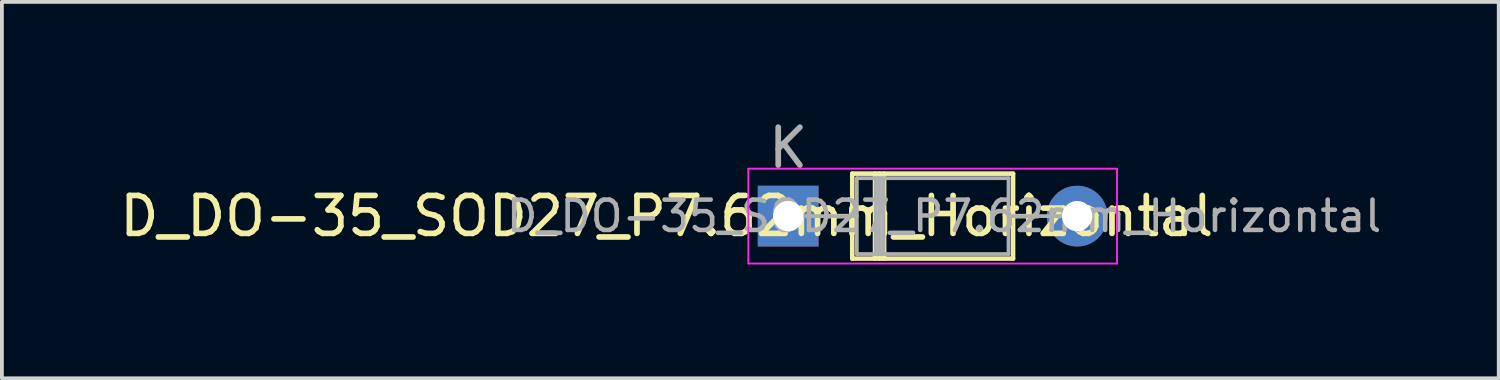
<source format=kicad_pcb>
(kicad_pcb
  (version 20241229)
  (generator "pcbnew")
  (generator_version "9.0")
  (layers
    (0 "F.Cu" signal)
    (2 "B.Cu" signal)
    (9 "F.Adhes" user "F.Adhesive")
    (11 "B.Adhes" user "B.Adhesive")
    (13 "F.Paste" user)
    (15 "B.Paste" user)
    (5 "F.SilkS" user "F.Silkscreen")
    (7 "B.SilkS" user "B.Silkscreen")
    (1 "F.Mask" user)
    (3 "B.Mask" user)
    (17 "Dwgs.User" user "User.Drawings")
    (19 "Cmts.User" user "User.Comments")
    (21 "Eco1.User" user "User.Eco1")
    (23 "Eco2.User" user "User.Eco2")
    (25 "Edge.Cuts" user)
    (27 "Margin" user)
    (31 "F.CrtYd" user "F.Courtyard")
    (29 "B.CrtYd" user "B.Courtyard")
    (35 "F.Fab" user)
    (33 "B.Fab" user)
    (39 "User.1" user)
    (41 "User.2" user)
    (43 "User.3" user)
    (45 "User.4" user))
  (footprint "D_DO-35_SOD27_P7.62mm_Horizontal"
    (layer "F.Cu")
    (at 17.73 2.648)
    (property "Reference" "D_DO-35_SOD27_P7.62mm_Horizontal" (at -3.2 0 0) (layer "F.SilkS") (effects (font (size 1 1) (thickness 0.15))))
    (attr through_hole)
    (fp_line (start 1.04 0) (end 1.69 0) (stroke (width 0.12) (type solid)) (layer "F.SilkS"))
    (fp_line (start 1.69 -1.12) (end 1.69 1.12) (stroke (width 0.12) (type solid)) (layer "F.SilkS"))
    (fp_line (start 1.69 1.12) (end 5.93 1.12) (stroke (width 0.12) (type solid)) (layer "F.SilkS"))
    (fp_line (start 2.29 -1.12) (end 2.29 1.12) (stroke (width 0.12) (type solid)) (layer "F.SilkS"))
    (fp_line (start 2.41 -1.12) (end 2.41 1.12) (stroke (width 0.12) (type solid)) (layer "F.SilkS"))
    (fp_line (start 2.53 -1.12) (end 2.53 1.12) (stroke (width 0.12) (type solid)) (layer "F.SilkS"))
    (fp_line (start 5.93 -1.12) (end 1.69 -1.12) (stroke (width 0.12) (type solid)) (layer "F.SilkS"))
    (fp_line (start 5.93 1.12) (end 5.93 -1.12) (stroke (width 0.12) (type solid)) (layer "F.SilkS"))
    (fp_line (start 6.58 0) (end 5.93 0) (stroke (width 0.12) (type solid)) (layer "F.SilkS"))
    (fp_line (start -1.05 -1.25) (end -1.05 1.25) (stroke (width 0.05) (type solid)) (layer "F.CrtYd"))
    (fp_line (start -1.05 1.25) (end 8.67 1.25) (stroke (width 0.05) (type solid)) (layer "F.CrtYd"))
    (fp_line (start 8.67 -1.25) (end -1.05 -1.25) (stroke (width 0.05) (type solid)) (layer "F.CrtYd"))
    (fp_line (start 8.67 1.25) (end 8.67 -1.25) (stroke (width 0.05) (type solid)) (layer "F.CrtYd"))
    (fp_line (start 0 0) (end 1.81 0) (stroke (width 0.1) (type solid)) (layer "F.Fab"))
    (fp_line (start 1.81 -1) (end 1.81 1) (stroke (width 0.1) (type solid)) (layer "F.Fab"))
    (fp_line (start 1.81 1) (end 5.81 1) (stroke (width 0.1) (type solid)) (layer "F.Fab"))
    (fp_line (start 2.31 -1) (end 2.31 1) (stroke (width 0.1) (type solid)) (layer "F.Fab"))
    (fp_line (start 2.41 -1) (end 2.41 1) (stroke (width 0.1) (type solid)) (layer "F.Fab"))
    (fp_line (start 2.51 -1) (end 2.51 1) (stroke (width 0.1) (type solid)) (layer "F.Fab"))
    (fp_line (start 5.81 -1) (end 1.81 -1) (stroke (width 0.1) (type solid)) (layer "F.Fab"))
    (fp_line (start 5.81 1) (end 5.81 -1) (stroke (width 0.1) (type solid)) (layer "F.Fab"))
    (fp_line (start 7.62 0) (end 5.81 0) (stroke (width 0.1) (type solid)) (layer "F.Fab"))
    (fp_text user "${REFERENCE}" (at 4.11 0 0) (layer "F.Fab") (effects (font (size 0.8 0.8) (thickness 0.12))))
    (fp_text user "K" (at 0 -1.8 0) (layer "F.Fab") (effects (font (size 1 1) (thickness 0.15))))
    (pad "1" thru_hole rect (at 0 0) (size 1.6 1.6) (drill 0.8) (layers "*.Cu" "*.Mask"))
    (pad "2" thru_hole oval (at 7.62 0) (size 1.6 1.6) (drill 0.8) (layers "*.Cu" "*.Mask")))
  (gr_rect
    (start -3 -3)
    (end 36.464 6.923)
    (stroke (width 0.1) (type default))
    (fill no)
    (layer "Edge.Cuts")))
</source>
